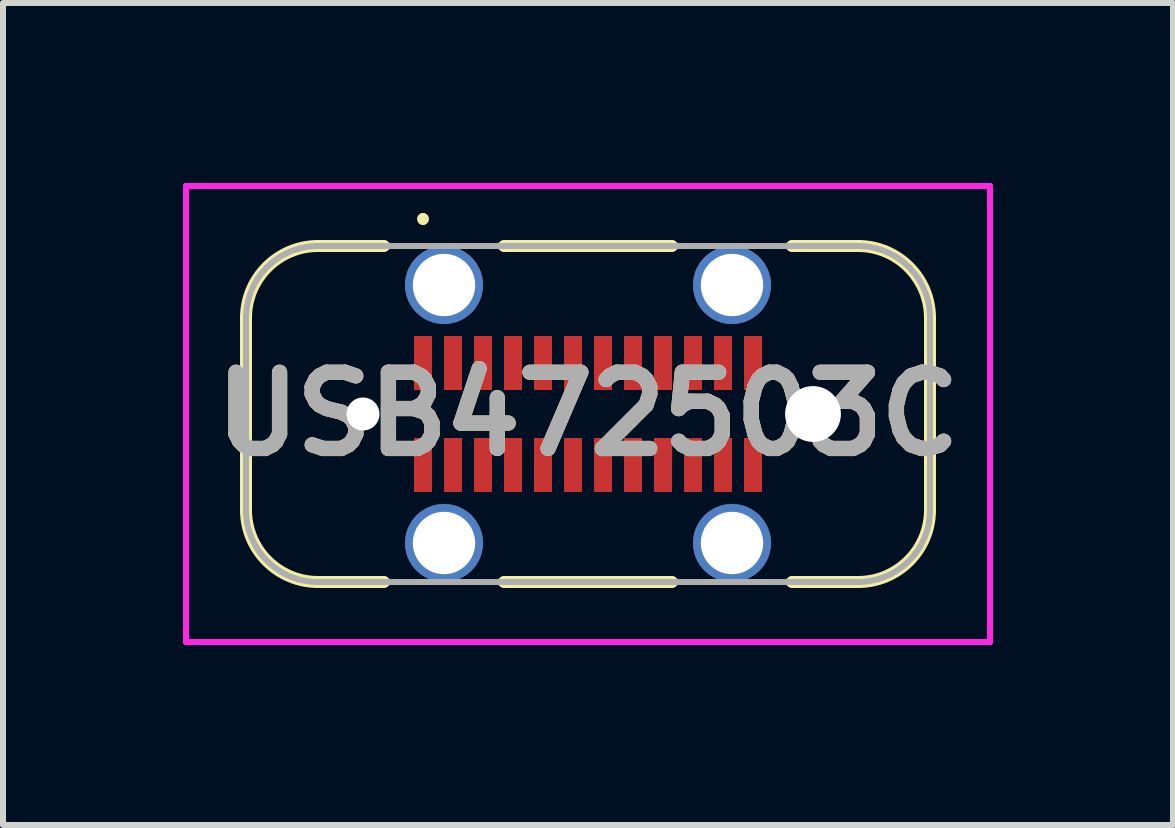
<source format=kicad_pcb>
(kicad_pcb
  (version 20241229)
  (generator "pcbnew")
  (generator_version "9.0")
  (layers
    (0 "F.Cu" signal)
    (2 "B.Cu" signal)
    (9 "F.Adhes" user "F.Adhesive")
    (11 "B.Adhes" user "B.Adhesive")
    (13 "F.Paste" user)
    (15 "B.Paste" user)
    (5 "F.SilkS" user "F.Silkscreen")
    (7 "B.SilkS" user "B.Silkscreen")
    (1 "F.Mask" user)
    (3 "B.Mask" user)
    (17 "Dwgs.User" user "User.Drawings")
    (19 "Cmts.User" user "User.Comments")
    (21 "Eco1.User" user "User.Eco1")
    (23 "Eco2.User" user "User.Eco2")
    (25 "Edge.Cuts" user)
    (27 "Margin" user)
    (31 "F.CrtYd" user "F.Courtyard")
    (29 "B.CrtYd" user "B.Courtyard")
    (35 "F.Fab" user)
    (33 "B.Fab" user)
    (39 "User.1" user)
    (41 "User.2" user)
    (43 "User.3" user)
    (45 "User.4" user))
  (footprint "USB472503C"
    (layer "F.Cu")
    (at 6.75 3.85)
    (property "Reference" "USB472503C" (at 0 0 0) (layer "F.SilkS") (effects (font (size 1.27 1.27) (thickness 0.254))))
    (attr through_hole)
    (fp_line (start -5.7 -1.6) (end -5.7 -1.6) (stroke (width 0.2) (type solid)) (layer "F.SilkS"))
    (fp_line (start -5.7 1.6) (end -5.7 -1.6) (stroke (width 0.2) (type solid)) (layer "F.SilkS"))
    (fp_line (start -4.5 -2.8) (end -3.4 -2.8) (stroke (width 0.2) (type solid)) (layer "F.SilkS"))
    (fp_line (start -4.5 2.8) (end -4.5 2.8) (stroke (width 0.2) (type solid)) (layer "F.SilkS"))
    (fp_line (start -3.4 2.8) (end -4.5 2.8) (stroke (width 0.2) (type solid)) (layer "F.SilkS"))
    (fp_line (start -2.75 -3.3) (end -2.75 -3.3) (stroke (width 0.1) (type solid)) (layer "F.SilkS"))
    (fp_line (start -2.75 -3.2) (end -2.75 -3.2) (stroke (width 0.1) (type solid)) (layer "F.SilkS"))
    (fp_line (start -1.4 -2.8) (end 1.4 -2.8) (stroke (width 0.2) (type solid)) (layer "F.SilkS"))
    (fp_line (start -1.4 2.8) (end 1.4 2.8) (stroke (width 0.2) (type solid)) (layer "F.SilkS"))
    (fp_line (start 3.4 -2.8) (end 4.5 -2.8) (stroke (width 0.2) (type solid)) (layer "F.SilkS"))
    (fp_line (start 4.5 -2.8) (end 4.5 -2.8) (stroke (width 0.2) (type solid)) (layer "F.SilkS"))
    (fp_line (start 4.5 2.8) (end 3.4 2.8) (stroke (width 0.2) (type solid)) (layer "F.SilkS"))
    (fp_line (start 5.7 -1.6) (end 5.7 1.6) (stroke (width 0.2) (type solid)) (layer "F.SilkS"))
    (fp_line (start 5.7 1.6) (end 5.7 1.6) (stroke (width 0.2) (type solid)) (layer "F.SilkS"))
    (fp_arc (start -5.7 -1.6) (mid -5.348528 -2.448528) (end -4.5 -2.8) (stroke (width 0.2) (type solid)) (layer "F.SilkS"))
    (fp_arc (start -4.5 2.8) (mid -5.348528 2.448528) (end -5.7 1.6) (stroke (width 0.2) (type solid)) (layer "F.SilkS"))
    (fp_arc (start -2.75 -3.3) (mid -2.7 -3.25) (end -2.75 -3.2) (stroke (width 0.1) (type solid)) (layer "F.SilkS"))
    (fp_arc (start -2.75 -3.2) (mid -2.8 -3.25) (end -2.75 -3.3) (stroke (width 0.1) (type solid)) (layer "F.SilkS"))
    (fp_arc (start 4.5 -2.8) (mid 5.348528 -2.448528) (end 5.7 -1.6) (stroke (width 0.2) (type solid)) (layer "F.SilkS"))
    (fp_arc (start 5.7 1.6) (mid 5.348528 2.448528) (end 4.5 2.8) (stroke (width 0.2) (type solid)) (layer "F.SilkS"))
    (fp_line (start -6.7 -3.8) (end 6.7 -3.8) (stroke (width 0.1) (type solid)) (layer "F.CrtYd"))
    (fp_line (start -6.7 3.8) (end -6.7 -3.8) (stroke (width 0.1) (type solid)) (layer "F.CrtYd"))
    (fp_line (start 6.7 -3.8) (end 6.7 3.8) (stroke (width 0.1) (type solid)) (layer "F.CrtYd"))
    (fp_line (start 6.7 3.8) (end -6.7 3.8) (stroke (width 0.1) (type solid)) (layer "F.CrtYd"))
    (fp_line (start -5.7 -1.6) (end -5.7 -1.6) (stroke (width 0.1) (type solid)) (layer "F.Fab"))
    (fp_line (start -5.7 1.6) (end -5.7 -1.6) (stroke (width 0.1) (type solid)) (layer "F.Fab"))
    (fp_line (start -4.5 -2.8) (end 0 -2.8) (stroke (width 0.1) (type solid)) (layer "F.Fab"))
    (fp_line (start -4.5 2.8) (end -4.5 2.8) (stroke (width 0.1) (type solid)) (layer "F.Fab"))
    (fp_line (start 0 -2.8) (end 4.5 -2.8) (stroke (width 0.1) (type solid)) (layer "F.Fab"))
    (fp_line (start 4.5 -2.8) (end 4.5 -2.8) (stroke (width 0.1) (type solid)) (layer "F.Fab"))
    (fp_line (start 4.5 2.8) (end -4.5 2.8) (stroke (width 0.1) (type solid)) (layer "F.Fab"))
    (fp_line (start 5.7 -1.6) (end 5.7 1.6) (stroke (width 0.1) (type solid)) (layer "F.Fab"))
    (fp_line (start 5.7 1.6) (end 5.7 1.6) (stroke (width 0.1) (type solid)) (layer "F.Fab"))
    (fp_arc (start -5.7 -1.6) (mid -5.348528 -2.448528) (end -4.5 -2.8) (stroke (width 0.1) (type solid)) (layer "F.Fab"))
    (fp_arc (start -4.5 2.8) (mid -5.348528 2.448528) (end -5.7 1.6) (stroke (width 0.1) (type solid)) (layer "F.Fab"))
    (fp_arc (start 4.5 -2.8) (mid 5.348528 -2.448528) (end 5.7 -1.6) (stroke (width 0.1) (type solid)) (layer "F.Fab"))
    (fp_arc (start 5.7 1.6) (mid 5.348528 2.448528) (end 4.5 2.8) (stroke (width 0.1) (type solid)) (layer "F.Fab"))
    (fp_text user "${REFERENCE}" (at 0 0 0) (layer "F.Fab") (effects (font (size 1.27 1.27) (thickness 0.254))))
    (pad "" np_thru_hole circle (at -3.75 0) (size 0.55 0.55) (drill 0.55) (layers "*.Cu" "*.Mask"))
    (pad "" np_thru_hole circle (at 3.75 0) (size 0.93 0.93) (drill 0.93) (layers "*.Cu" "*.Mask"))
    (pad "1" thru_hole circle (at -2.4 -2.15) (size 1.3 1.3) (drill 1.04) (layers "*.Cu" "*.Mask"))
    (pad "2" thru_hole circle (at 2.4 -2.15) (size 1.3 1.3) (drill 1.04) (layers "*.Cu" "*.Mask"))
    (pad "3" thru_hole circle (at 2.4 2.15) (size 1.3 1.3) (drill 1.04) (layers "*.Cu" "*.Mask"))
    (pad "4" thru_hole circle (at -2.4 2.15) (size 1.3 1.3) (drill 1.04) (layers "*.Cu" "*.Mask"))
    (pad "A1" smd rect (at -2.75 -0.85) (size 0.3 0.9) (layers "F.Cu" "F.Mask" "F.Paste"))
    (pad "A2" smd rect (at -2.25 -0.85) (size 0.3 0.9) (layers "F.Cu" "F.Mask" "F.Paste"))
    (pad "A3" smd rect (at -1.75 -0.85) (size 0.3 0.9) (layers "F.Cu" "F.Mask" "F.Paste"))
    (pad "A4" smd rect (at -1.25 -0.85) (size 0.3 0.9) (layers "F.Cu" "F.Mask" "F.Paste"))
    (pad "A5" smd rect (at -0.75 -0.85) (size 0.3 0.9) (layers "F.Cu" "F.Mask" "F.Paste"))
    (pad "A6" smd rect (at -0.25 -0.85) (size 0.3 0.9) (layers "F.Cu" "F.Mask" "F.Paste"))
    (pad "A7" smd rect (at 0.25 -0.85) (size 0.3 0.9) (layers "F.Cu" "F.Mask" "F.Paste"))
    (pad "A8" smd rect (at 0.75 -0.85) (size 0.3 0.9) (layers "F.Cu" "F.Mask" "F.Paste"))
    (pad "A9" smd rect (at 1.25 -0.85) (size 0.3 0.9) (layers "F.Cu" "F.Mask" "F.Paste"))
    (pad "A10" smd rect (at 1.75 -0.85) (size 0.3 0.9) (layers "F.Cu" "F.Mask" "F.Paste"))
    (pad "A11" smd rect (at 2.25 -0.85) (size 0.3 0.9) (layers "F.Cu" "F.Mask" "F.Paste"))
    (pad "A12" smd rect (at 2.75 -0.85) (size 0.3 0.9) (layers "F.Cu" "F.Mask" "F.Paste"))
    (pad "B1" smd rect (at 2.75 0.85) (size 0.3 0.9) (layers "F.Cu" "F.Mask" "F.Paste"))
    (pad "B2" smd rect (at 2.25 0.85) (size 0.3 0.9) (layers "F.Cu" "F.Mask" "F.Paste"))
    (pad "B3" smd rect (at 1.75 0.85) (size 0.3 0.9) (layers "F.Cu" "F.Mask" "F.Paste"))
    (pad "B4" smd rect (at 1.25 0.85) (size 0.3 0.9) (layers "F.Cu" "F.Mask" "F.Paste"))
    (pad "B5" smd rect (at 0.75 0.85) (size 0.3 0.9) (layers "F.Cu" "F.Mask" "F.Paste"))
    (pad "B6" smd rect (at 0.25 0.85) (size 0.3 0.9) (layers "F.Cu" "F.Mask" "F.Paste"))
    (pad "B7" smd rect (at -0.25 0.85) (size 0.3 0.9) (layers "F.Cu" "F.Mask" "F.Paste"))
    (pad "B8" smd rect (at -0.75 0.85) (size 0.3 0.9) (layers "F.Cu" "F.Mask" "F.Paste"))
    (pad "B9" smd rect (at -1.25 0.85) (size 0.3 0.9) (layers "F.Cu" "F.Mask" "F.Paste"))
    (pad "B10" smd rect (at -1.75 0.85) (size 0.3 0.9) (layers "F.Cu" "F.Mask" "F.Paste"))
    (pad "B11" smd rect (at -2.25 0.85) (size 0.3 0.9) (layers "F.Cu" "F.Mask" "F.Paste"))
    (pad "B12" smd rect (at -2.75 0.85) (size 0.3 0.9) (layers "F.Cu" "F.Mask" "F.Paste")))
  (gr_rect
    (start -3 -3)
    (end 16.5 10.7)
    (stroke (width 0.1) (type default))
    (fill no)
    (layer "Edge.Cuts")))
</source>
